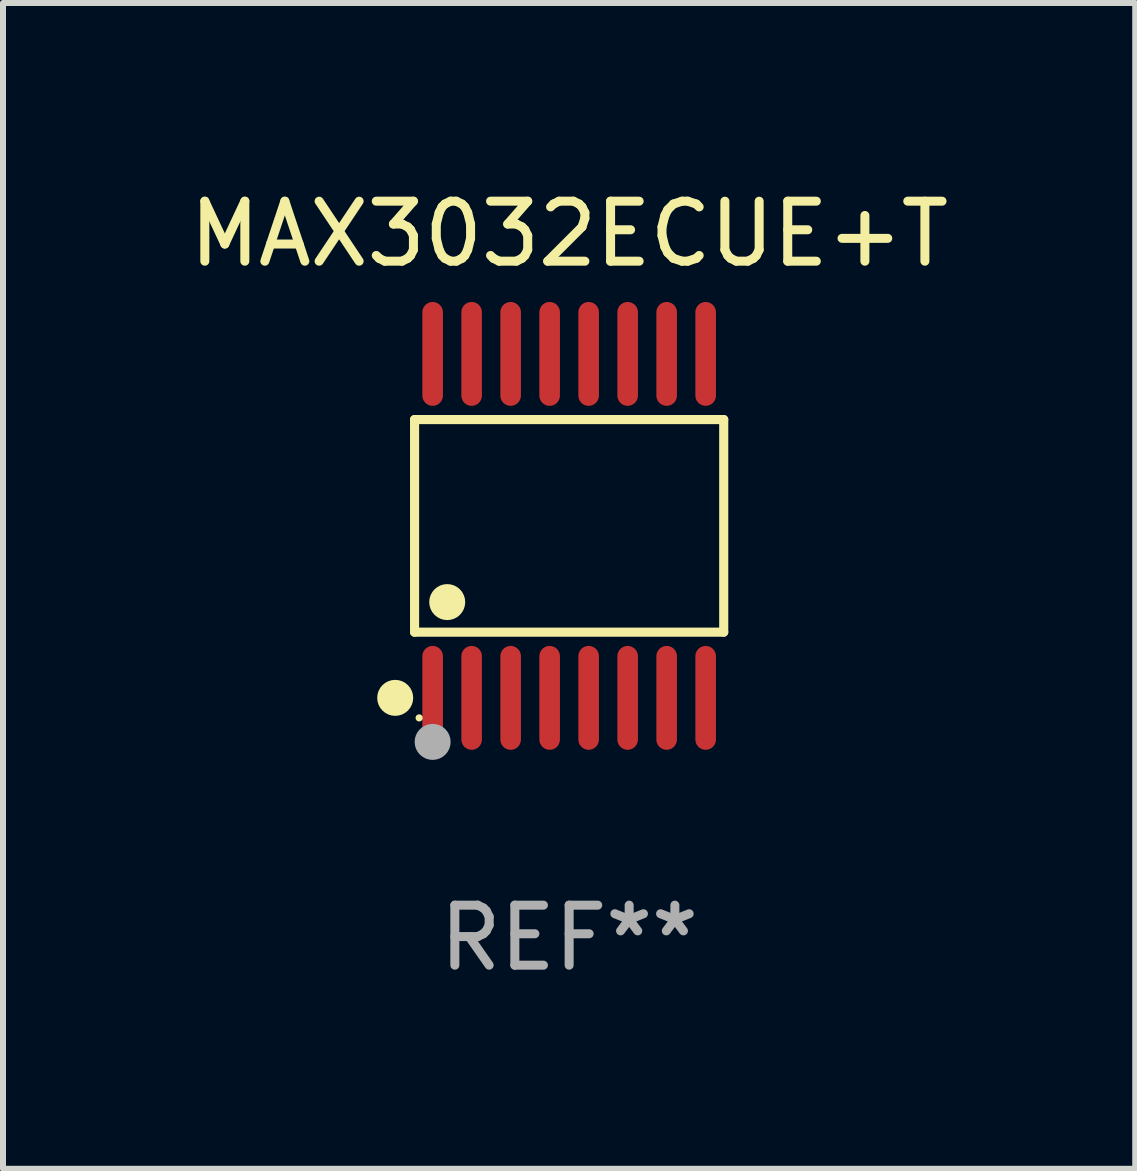
<source format=kicad_pcb>
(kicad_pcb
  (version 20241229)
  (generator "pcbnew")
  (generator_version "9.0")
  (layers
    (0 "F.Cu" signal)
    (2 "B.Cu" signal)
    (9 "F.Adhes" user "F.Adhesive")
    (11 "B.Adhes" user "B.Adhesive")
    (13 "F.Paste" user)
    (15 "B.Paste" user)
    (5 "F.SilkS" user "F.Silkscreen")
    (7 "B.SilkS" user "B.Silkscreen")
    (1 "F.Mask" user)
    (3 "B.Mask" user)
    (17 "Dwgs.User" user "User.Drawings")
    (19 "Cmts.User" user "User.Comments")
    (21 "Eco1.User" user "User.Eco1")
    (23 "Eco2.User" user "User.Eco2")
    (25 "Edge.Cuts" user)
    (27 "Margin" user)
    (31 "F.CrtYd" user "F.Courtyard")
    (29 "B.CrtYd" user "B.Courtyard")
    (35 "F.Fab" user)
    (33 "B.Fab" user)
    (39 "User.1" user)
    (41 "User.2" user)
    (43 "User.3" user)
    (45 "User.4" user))
  (footprint "MAX3032ECUE+T"
    (layer "F.Cu")
    (at 6.435 5.714)
    (property "Reference" "MAX3032ECUE+T" (at 0 -4.866 0) (layer "F.SilkS") (effects (font (size 1 1) (thickness 0.15))))
    (attr through_hole)
    (fp_line (start -2.576 -1.772) (end 2.576 -1.772) (stroke (width 0.152) (type solid)) (layer "F.SilkS"))
    (fp_line (start -2.576 1.771) (end -2.576 -1.772) (stroke (width 0.152) (type solid)) (layer "F.SilkS"))
    (fp_line (start 2.576 -1.772) (end 2.576 1.771) (stroke (width 0.152) (type solid)) (layer "F.SilkS"))
    (fp_line (start 2.576 1.771) (end -2.576 1.771) (stroke (width 0.152) (type solid)) (layer "F.SilkS"))
    (fp_circle (center -2.899 2.866) (end -2.749 2.866) (stroke (width 0.3) (type solid)) (fill no) (layer "F.SilkS"))
    (fp_circle (center -2.5 3.2) (end -2.47 3.2) (stroke (width 0.06) (type solid)) (fill no) (layer "F.SilkS"))
    (fp_circle (center -2.032 1.27) (end -1.882 1.27) (stroke (width 0.3) (type solid)) (fill no) (layer "F.SilkS"))
    (fp_circle (center -2.275 3.6) (end -2.125 3.6) (stroke (width 0.3) (type solid)) (fill no) (layer "F.Fab"))
    (fp_text user "REF**" (at 0 6.866 0) (layer "F.Fab") (effects (font (size 1 1) (thickness 0.15))))
    (pad "1" smd oval (at -2.275 2.866) (size 0.343 1.731) (layers "F.Cu" "F.Mask" "F.Paste"))
    (pad "2" smd oval (at -1.625 2.866) (size 0.343 1.731) (layers "F.Cu" "F.Mask" "F.Paste"))
    (pad "3" smd oval (at -0.975 2.866) (size 0.343 1.731) (layers "F.Cu" "F.Mask" "F.Paste"))
    (pad "4" smd oval (at -0.325 2.866) (size 0.343 1.731) (layers "F.Cu" "F.Mask" "F.Paste"))
    (pad "5" smd oval (at 0.325 2.866) (size 0.343 1.731) (layers "F.Cu" "F.Mask" "F.Paste"))
    (pad "6" smd oval (at 0.975 2.866) (size 0.343 1.731) (layers "F.Cu" "F.Mask" "F.Paste"))
    (pad "7" smd oval (at 1.625 2.866) (size 0.343 1.731) (layers "F.Cu" "F.Mask" "F.Paste"))
    (pad "8" smd oval (at 2.275 2.866) (size 0.343 1.731) (layers "F.Cu" "F.Mask" "F.Paste"))
    (pad "9" smd oval (at 2.275 -2.866) (size 0.343 1.731) (layers "F.Cu" "F.Mask" "F.Paste"))
    (pad "10" smd oval (at 1.625 -2.866) (size 0.343 1.731) (layers "F.Cu" "F.Mask" "F.Paste"))
    (pad "11" smd oval (at 0.975 -2.866) (size 0.343 1.731) (layers "F.Cu" "F.Mask" "F.Paste"))
    (pad "12" smd oval (at 0.325 -2.866) (size 0.343 1.731) (layers "F.Cu" "F.Mask" "F.Paste"))
    (pad "13" smd oval (at -0.325 -2.866) (size 0.343 1.731) (layers "F.Cu" "F.Mask" "F.Paste"))
    (pad "14" smd oval (at -0.975 -2.866) (size 0.343 1.731) (layers "F.Cu" "F.Mask" "F.Paste"))
    (pad "15" smd oval (at -1.625 -2.866) (size 0.343 1.731) (layers "F.Cu" "F.Mask" "F.Paste"))
    (pad "16" smd oval (at -2.275 -2.866) (size 0.343 1.731) (layers "F.Cu" "F.Mask" "F.Paste")))
  (gr_rect
    (start -3 -3)
    (end 15.869 16.428)
    (stroke (width 0.1) (type default))
    (fill no)
    (layer "Edge.Cuts")))
</source>
